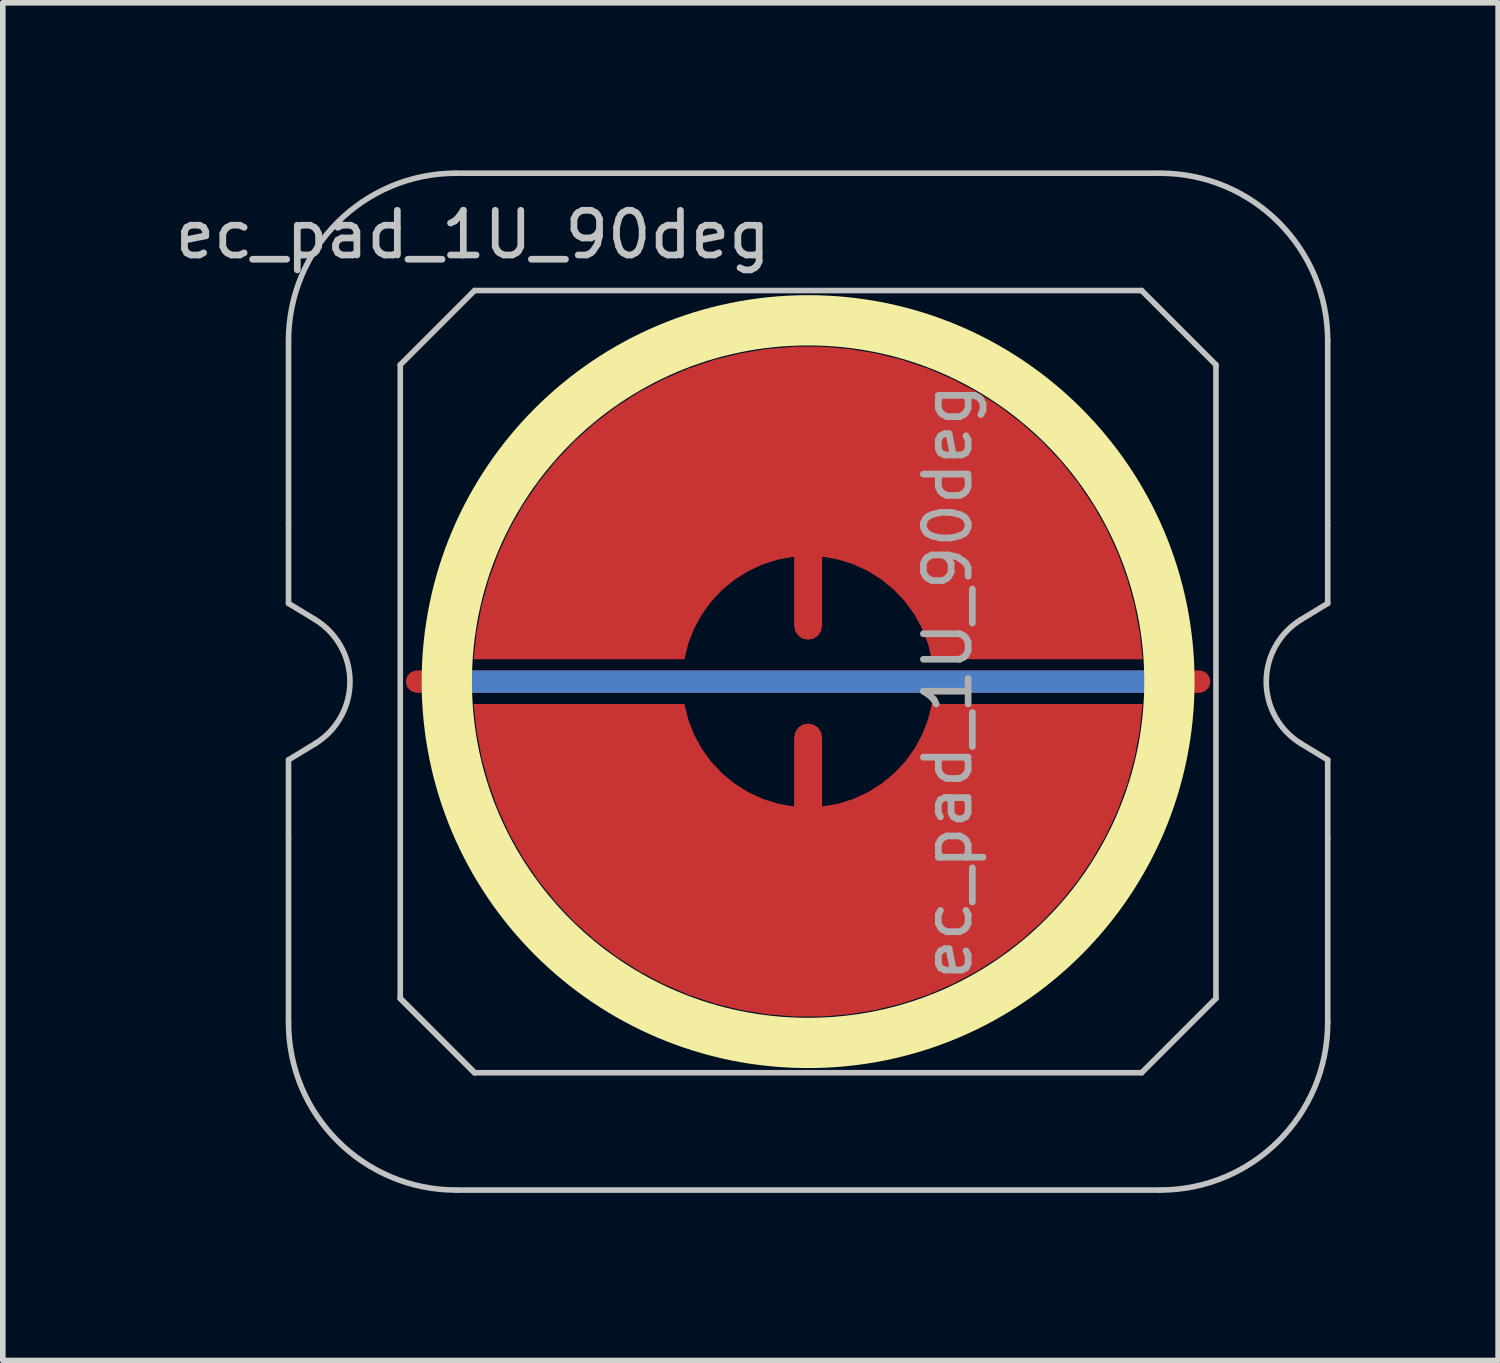
<source format=kicad_pcb>
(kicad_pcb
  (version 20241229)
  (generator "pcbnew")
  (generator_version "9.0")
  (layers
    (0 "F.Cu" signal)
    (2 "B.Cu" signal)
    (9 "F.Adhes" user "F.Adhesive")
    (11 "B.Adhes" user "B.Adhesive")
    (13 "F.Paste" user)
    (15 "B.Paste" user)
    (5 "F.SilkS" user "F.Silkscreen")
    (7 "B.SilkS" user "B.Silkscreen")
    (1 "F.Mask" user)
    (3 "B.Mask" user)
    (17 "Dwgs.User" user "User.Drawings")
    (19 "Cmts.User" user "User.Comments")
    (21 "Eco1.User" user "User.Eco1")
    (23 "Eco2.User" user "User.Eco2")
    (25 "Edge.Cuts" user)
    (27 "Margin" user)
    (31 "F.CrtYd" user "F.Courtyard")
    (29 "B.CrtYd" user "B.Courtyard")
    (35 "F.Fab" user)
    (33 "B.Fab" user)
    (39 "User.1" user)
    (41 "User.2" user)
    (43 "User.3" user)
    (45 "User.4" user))
  (footprint "ec_pad_1U_90deg"
    (layer "F.Cu")
    (at 11.414 9.15)
    (property "Reference" "ec_pad_1U_90deg" (at -6 -8 0) (layer "Dwgs.User") (effects (font (size 0.8 0.8) (thickness 0.12))))
    (attr smd)
    (fp_circle (center 0 0) (end 0 6.467) (stroke (width 0.9) (type solid)) (fill no) (layer "F.SilkS"))
    (fp_line (start -9.3 -2.805) (end -9.3 -6.1) (stroke (width 0.1) (type solid)) (layer "Dwgs.User"))
    (fp_line (start -9.3 -1.4) (end -9.3 -2.805) (stroke (width 0.1) (type solid)) (layer "Dwgs.User"))
    (fp_line (start -9.3 1.4) (end -8.824 1.111) (stroke (width 0.1) (type solid)) (layer "Dwgs.User"))
    (fp_line (start -9.3 2.805) (end -9.3 1.4) (stroke (width 0.1) (type solid)) (layer "Dwgs.User"))
    (fp_line (start -9.3 6.1) (end -9.3 2.805) (stroke (width 0.1) (type solid)) (layer "Dwgs.User"))
    (fp_line (start -8.824 -1.111) (end -9.3 -1.4) (stroke (width 0.1) (type solid)) (layer "Dwgs.User"))
    (fp_line (start -7.3 -5.67) (end -5.97 -7) (stroke (width 0.1) (type solid)) (layer "Dwgs.User"))
    (fp_line (start -7.3 5.67) (end -7.3 -5.67) (stroke (width 0.1) (type solid)) (layer "Dwgs.User"))
    (fp_line (start -7.3 5.67) (end -5.97 7) (stroke (width 0.1) (type solid)) (layer "Dwgs.User"))
    (fp_line (start -6.3 -9.1) (end 6.3 -9.1) (stroke (width 0.1) (type solid)) (layer "Dwgs.User"))
    (fp_line (start -5.97 -7) (end 5.97 -7) (stroke (width 0.1) (type solid)) (layer "Dwgs.User"))
    (fp_line (start -5.97 7) (end -7.3 5.67) (stroke (width 0.1) (type solid)) (layer "Dwgs.User"))
    (fp_line (start 5.97 -7) (end 7.3 -5.67) (stroke (width 0.1) (type solid)) (layer "Dwgs.User"))
    (fp_line (start 5.97 7) (end -5.97 7) (stroke (width 0.1) (type solid)) (layer "Dwgs.User"))
    (fp_line (start 6.3 9.1) (end -6.3 9.1) (stroke (width 0.1) (type solid)) (layer "Dwgs.User"))
    (fp_line (start 7.3 -5.67) (end 7.3 5.67) (stroke (width 0.1) (type solid)) (layer "Dwgs.User"))
    (fp_line (start 7.3 5.67) (end 5.97 7) (stroke (width 0.1) (type solid)) (layer "Dwgs.User"))
    (fp_line (start 8.824 1.111) (end 9.3 1.4) (stroke (width 0.1) (type solid)) (layer "Dwgs.User"))
    (fp_line (start 9.3 -6.1) (end 9.3 -2.805) (stroke (width 0.1) (type solid)) (layer "Dwgs.User"))
    (fp_line (start 9.3 -2.805) (end 9.3 -1.4) (stroke (width 0.1) (type solid)) (layer "Dwgs.User"))
    (fp_line (start 9.3 -1.4) (end 8.824 -1.111) (stroke (width 0.1) (type solid)) (layer "Dwgs.User"))
    (fp_line (start 9.3 1.4) (end 9.3 2.805) (stroke (width 0.1) (type solid)) (layer "Dwgs.User"))
    (fp_line (start 9.3 2.805) (end 9.3 6.1) (stroke (width 0.1) (type solid)) (layer "Dwgs.User"))
    (fp_arc (start -9.3 -6.1) (mid -8.42132 -8.22132) (end -6.3 -9.1) (stroke (width 0.1) (type solid)) (layer "Dwgs.User"))
    (fp_arc (start -8.824333 -1.110619) (mid -8.2 0) (end -8.824333 1.110619) (stroke (width 0.1) (type solid)) (layer "Dwgs.User"))
    (fp_arc (start -6.3 9.1) (mid -8.42132 8.22132) (end -9.3 6.1) (stroke (width 0.1) (type solid)) (layer "Dwgs.User"))
    (fp_arc (start 6.3 -9.1) (mid 8.42132 -8.22132) (end 9.3 -6.1) (stroke (width 0.1) (type solid)) (layer "Dwgs.User"))
    (fp_arc (start 8.824333 1.110619) (mid 8.2 0) (end 8.824333 -1.110619) (stroke (width 0.1) (type solid)) (layer "Dwgs.User"))
    (fp_arc (start 9.3 6.1) (mid 8.42132 8.22132) (end 6.3 9.1) (stroke (width 0.1) (type solid)) (layer "Dwgs.User"))
    (fp_text user "${REFERENCE}" (at 2.5 0 270) (layer "F.Fab") (effects (font (size 0.8 0.8) (thickness 0.12))))
    (pad "1" smd custom (at 0 -1 270) (size 0.4 0.4) (layers "F.Cu") (options (anchor circle)) (primitives (gr_poly (pts (xy 0.6 -2.214) (xy 0.32 -2.145) (xy 0.052 -2.041) (xy -0.201 -1.903) (xy -0.434 -1.734) (xy -0.644 -1.536) (xy -0.826 -1.314) (xy -0.979 -1.07) (xy -1.1 -0.808) (xy -1.186 -0.534) (xy -1.236 -0.25) (xy 0 -0.25) (xy 0.096 -0.231) (xy 0.177 -0.177) (xy 0.231 -0.096) (xy 0.25 0) (xy 0.231 0.096) (xy 0.177 0.177) (xy 0.096 0.231) (xy 0 0.25) (xy -1.236 0.25) (xy -1.186 0.534) (xy -1.1 0.808) (xy -0.979 1.07) (xy -0.826 1.314) (xy -0.644 1.536) (xy -0.434 1.734) (xy -0.201 1.903) (xy 0.052 2.041) (xy 0.32 2.145) (xy 0.6 2.214) (xy 0.6 5.987) (xy 0.115 5.934) (xy -0.364 5.843) (xy -0.834 5.713) (xy -1.292 5.545) (xy -1.735 5.341) (xy -2.159 5.101) (xy -2.563 4.827) (xy -2.943 4.522) (xy -3.298 4.187) (xy -3.623 3.824) (xy -3.919 3.436) (xy -4.182 3.025) (xy -4.41 2.594) (xy -4.603 2.147) (xy -4.759 1.684) (xy -4.876 1.211) (xy -4.955 0.73) (xy -4.995 0.244) (xy -4.995 -0.244) (xy -4.955 -0.73) (xy -4.876 -1.211) (xy -4.759 -1.684) (xy -4.603 -2.147) (xy -4.41 -2.594) (xy -4.182 -3.025) (xy -3.919 -3.436) (xy -3.623 -3.824) (xy -3.298 -4.187) (xy -2.943 -4.522) (xy -2.563 -4.827) (xy -2.159 -5.101) (xy -1.735 -5.341) (xy -1.292 -5.545) (xy -0.834 -5.713) (xy -0.364 -5.843) (xy 0.115 -5.934) (xy 0.6 -5.987)) (width 0) (fill yes))))
    (pad "2" smd custom (at 0 1 90) (size 0.4 0.4) (layers "F.Cu") (options (anchor circle)) (primitives (gr_poly (pts (xy 0.6 -2.214) (xy 0.32 -2.145) (xy 0.052 -2.041) (xy -0.201 -1.903) (xy -0.434 -1.734) (xy -0.644 -1.536) (xy -0.826 -1.314) (xy -0.979 -1.07) (xy -1.1 -0.808) (xy -1.186 -0.534) (xy -1.236 -0.25) (xy 0 -0.25) (xy 0.096 -0.231) (xy 0.177 -0.177) (xy 0.231 -0.096) (xy 0.25 0) (xy 0.231 0.096) (xy 0.177 0.177) (xy 0.096 0.231) (xy 0 0.25) (xy -1.236 0.25) (xy -1.186 0.534) (xy -1.1 0.808) (xy -0.979 1.07) (xy -0.826 1.314) (xy -0.644 1.536) (xy -0.434 1.734) (xy -0.201 1.903) (xy 0.052 2.041) (xy 0.32 2.145) (xy 0.6 2.214) (xy 0.6 5.987) (xy 0.115 5.934) (xy -0.364 5.843) (xy -0.834 5.713) (xy -1.292 5.545) (xy -1.735 5.341) (xy -2.159 5.101) (xy -2.563 4.827) (xy -2.943 4.522) (xy -3.298 4.187) (xy -3.623 3.824) (xy -3.919 3.436) (xy -4.182 3.025) (xy -4.41 2.594) (xy -4.603 2.147) (xy -4.759 1.684) (xy -4.876 1.211) (xy -4.955 0.73) (xy -4.995 0.244) (xy -4.995 -0.244) (xy -4.955 -0.73) (xy -4.876 -1.211) (xy -4.759 -1.684) (xy -4.603 -2.147) (xy -4.41 -2.594) (xy -4.182 -3.025) (xy -3.919 -3.436) (xy -3.623 -3.824) (xy -3.298 -4.187) (xy -2.943 -4.522) (xy -2.563 -4.827) (xy -2.159 -5.101) (xy -1.735 -5.341) (xy -1.292 -5.545) (xy -0.834 -5.713) (xy -0.364 -5.843) (xy 0.115 -5.934) (xy 0.6 -5.987)) (width 0) (fill yes))))
    (pad "3" smd custom (at 0 0 270) (size 0.4 0.4) (layers "F.Cu") (options (anchor rect)) (primitives (gr_line (start 0 -7) (end 0 7) (width 0.4))))
    (pad "3" smd custom (at 0 0 270) (size 0.4 0.4) (layers "B.Cu") (options (anchor rect)) (primitives (gr_line (start 0 -6.5) (end 0 6.5) (width 0.4))))
    (zone (net_name "") (layer "F.Cu") (hatch edge 0.508) (connect_pads) (min_thickness 0.254) (filled_areas_thickness no) (keepout (tracks allowed) (vias allowed) (pads allowed) (copperpour not_allowed) (footprints allowed)) (placement (enabled no)) (fill) (polygon (pts (xy 18.419 9.15) (xy 18.4 8.637) (xy 18.344 8.127) (xy 18.25 7.622) (xy 18.12 7.125) (xy 17.954 6.64) (xy 17.753 6.167) (xy 17.517 5.711) (xy 17.249 5.274) (xy 16.949 4.857) (xy 16.62 4.463) (xy 16.263 4.094) (xy 15.879 3.753) (xy 15.472 3.44) (xy 15.043 3.158) (xy 14.594 2.909) (xy 14.129 2.692) (xy 13.649 2.511) (xy 13.156 2.365) (xy 12.655 2.256) (xy 12.146 2.183) (xy 11.634 2.149) (xy 11.121 2.151) (xy 10.609 2.192) (xy 10.102 2.269) (xy 9.601 2.384) (xy 9.111 2.535) (xy 8.632 2.721) (xy 8.169 2.942) (xy 7.723 3.197) (xy 7.297 3.483) (xy 6.893 3.8) (xy 6.513 4.145) (xy 6.16 4.518) (xy 5.835 4.915) (xy 5.539 5.335) (xy 5.276 5.775) (xy 5.045 6.234) (xy 4.849 6.708) (xy 4.688 7.196) (xy 4.562 7.694) (xy 4.474 8.199) (xy 4.423 8.71) (xy 4.41 9.223) (xy 4.434 9.736) (xy 4.496 10.246) (xy 4.594 10.75) (xy 4.73 11.245) (xy 4.901 11.729) (xy 5.108 12.199) (xy 5.348 12.652) (xy 5.621 13.087) (xy 5.925 13.501) (xy 6.258 13.891) (xy 6.619 14.256) (xy 7.006 14.594) (xy 7.416 14.902) (xy 7.848 15.179) (xy 8.3 15.424) (xy 8.768 15.636) (xy 9.25 15.812) (xy 9.743 15.953) (xy 10.246 16.057) (xy 10.755 16.124) (xy 11.268 16.153) (xy 11.781 16.145) (xy 12.292 16.1) (xy 12.799 16.017) (xy 13.298 15.897) (xy 13.787 15.741) (xy 14.263 15.549) (xy 14.724 15.323) (xy 15.168 15.064) (xy 15.591 14.774) (xy 15.991 14.453) (xy 16.368 14.103) (xy 16.717 13.727) (xy 17.038 13.326) (xy 17.329 12.903) (xy 17.588 12.46) (xy 17.814 11.999) (xy 18.005 11.523) (xy 18.161 11.034) (xy 18.281 10.535) (xy 18.364 10.028) (xy 18.41 9.517))))
    (zone (net_name "") (layer "B.Cu") (hatch edge 0.508) (connect_pads) (min_thickness 0.254) (filled_areas_thickness no) (keepout (tracks allowed) (vias allowed) (pads allowed) (copperpour not_allowed) (footprints allowed)) (placement (enabled no)) (fill) (polygon (pts (xy 17.973 9.15) (xy 17.952 8.635) (xy 17.892 8.124) (xy 17.791 7.619) (xy 17.652 7.123) (xy 17.473 6.64) (xy 17.258 6.173) (xy 17.006 5.723) (xy 16.72 5.295) (xy 16.401 4.891) (xy 16.052 4.513) (xy 15.674 4.163) (xy 15.269 3.844) (xy 14.841 3.558) (xy 14.392 3.307) (xy 13.924 3.091) (xy 13.441 2.913) (xy 12.945 2.773) (xy 12.44 2.672) (xy 11.929 2.612) (xy 11.414 2.592) (xy 10.9 2.612) (xy 10.388 2.672) (xy 9.883 2.773) (xy 9.388 2.913) (xy 8.905 3.091) (xy 8.437 3.307) (xy 7.988 3.558) (xy 7.559 3.844) (xy 7.155 4.163) (xy 6.777 4.513) (xy 6.427 4.891) (xy 6.109 5.295) (xy 5.822 5.723) (xy 5.571 6.173) (xy 5.355 6.64) (xy 5.177 7.123) (xy 5.037 7.619) (xy 4.937 8.124) (xy 4.876 8.635) (xy 4.856 9.15) (xy 4.876 9.665) (xy 4.937 10.176) (xy 5.037 10.681) (xy 5.177 11.177) (xy 5.355 11.66) (xy 5.571 12.127) (xy 5.822 12.577) (xy 6.109 13.005) (xy 6.427 13.409) (xy 6.777 13.787) (xy 7.155 14.137) (xy 7.559 14.456) (xy 7.988 14.742) (xy 8.437 14.993) (xy 8.905 15.209) (xy 9.388 15.387) (xy 9.883 15.527) (xy 10.388 15.628) (xy 10.9 15.688) (xy 11.414 15.708) (xy 11.929 15.688) (xy 12.44 15.628) (xy 12.945 15.527) (xy 13.441 15.387) (xy 13.924 15.209) (xy 14.392 14.993) (xy 14.841 14.742) (xy 15.269 14.456) (xy 15.674 14.137) (xy 16.052 13.787) (xy 16.401 13.409) (xy 16.72 13.005) (xy 17.006 12.577) (xy 17.258 12.127) (xy 17.473 11.66) (xy 17.652 11.177) (xy 17.791 10.681) (xy 17.892 10.176) (xy 17.952 9.665)))))
  (gr_rect
    (start -3 -3)
    (end 23.764 21.3)
    (stroke (width 0.1) (type default))
    (fill no)
    (layer "Edge.Cuts")))
</source>
